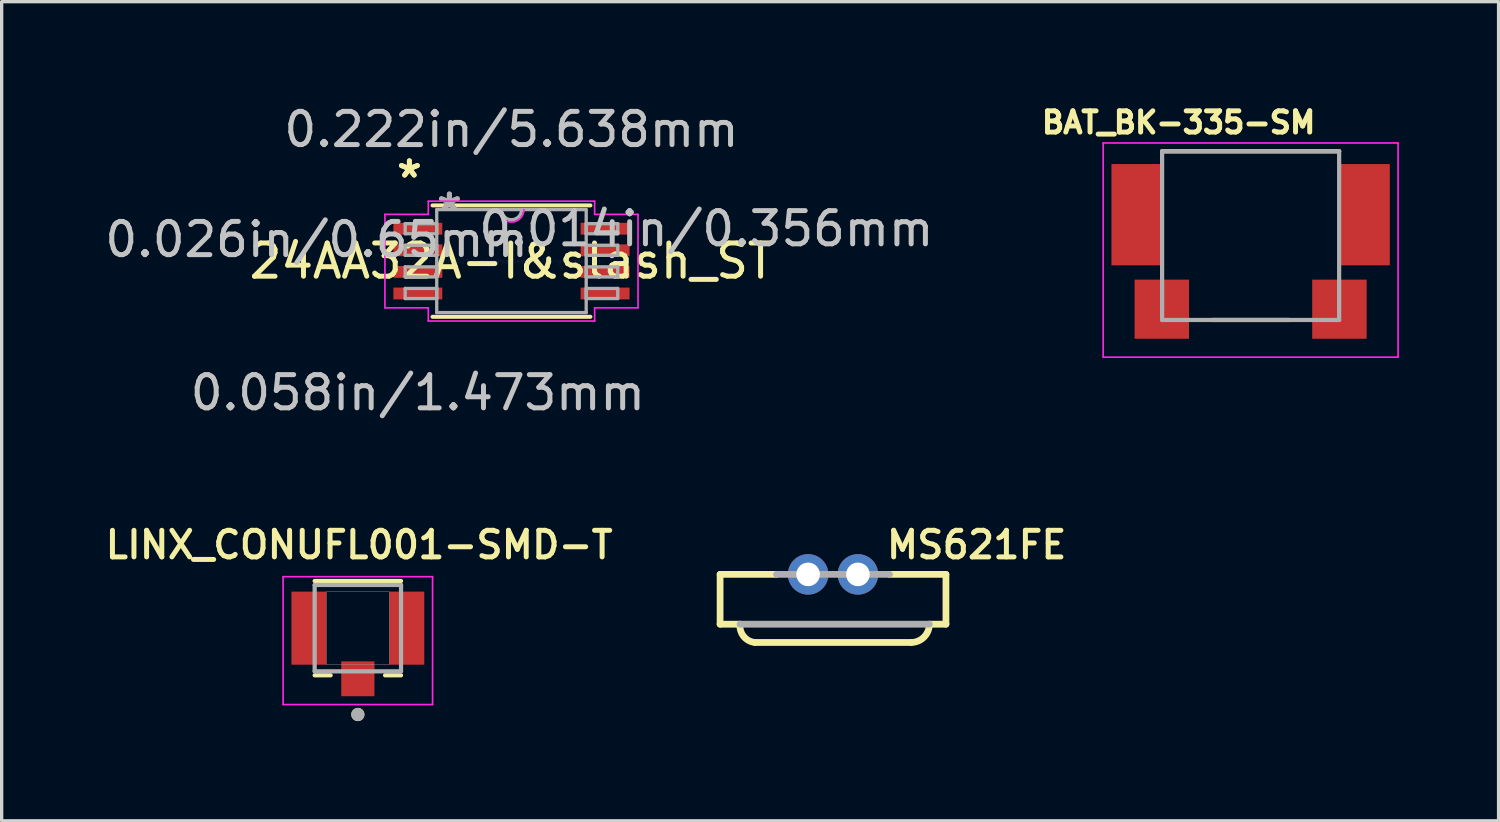
<source format=kicad_pcb>
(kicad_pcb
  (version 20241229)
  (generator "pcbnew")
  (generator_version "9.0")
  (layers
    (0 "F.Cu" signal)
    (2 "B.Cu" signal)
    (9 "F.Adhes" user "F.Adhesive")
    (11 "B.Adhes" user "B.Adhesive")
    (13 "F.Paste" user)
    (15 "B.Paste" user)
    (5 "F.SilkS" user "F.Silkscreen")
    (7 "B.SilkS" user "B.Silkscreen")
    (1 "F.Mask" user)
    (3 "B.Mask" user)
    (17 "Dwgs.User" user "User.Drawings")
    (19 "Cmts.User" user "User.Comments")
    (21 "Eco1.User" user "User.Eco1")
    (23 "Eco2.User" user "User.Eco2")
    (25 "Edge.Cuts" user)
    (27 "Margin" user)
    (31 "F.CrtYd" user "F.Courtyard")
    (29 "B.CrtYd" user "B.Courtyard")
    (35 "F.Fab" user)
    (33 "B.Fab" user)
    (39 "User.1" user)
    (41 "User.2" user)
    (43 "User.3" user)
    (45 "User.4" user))
  (footprint "LINX_CONUFL001-SMD-T"
    (layer "F.Cu")
    (at 7.724 15.862)
    (property "Reference" "LINX_CONUFL001-SMD-T" (at 0.04 -2.508 0) (layer "F.SilkS") (effects (font (size 0.8 0.8) (thickness 0.15))))
    (attr through_hole)
    (fp_line (start -1.3 -1.42) (end 1.3 -1.42) (stroke (width 0.127) (type solid)) (layer "F.SilkS"))
    (fp_line (start -0.82 1.42) (end -1.3 1.42) (stroke (width 0.127) (type solid)) (layer "F.SilkS"))
    (fp_line (start 0.82 1.42) (end 1.3 1.42) (stroke (width 0.127) (type solid)) (layer "F.SilkS"))
    (fp_circle (center 0 2.6) (end 0.1 2.6) (stroke (width 0.2) (type solid)) (fill no) (layer "F.SilkS"))
    (fp_line (start -2.25 -1.55) (end 2.25 -1.55) (stroke (width 0.05) (type solid)) (layer "F.CrtYd"))
    (fp_line (start -2.25 2.3) (end -2.25 -1.55) (stroke (width 0.05) (type solid)) (layer "F.CrtYd"))
    (fp_line (start 2.25 -1.55) (end 2.25 2.3) (stroke (width 0.05) (type solid)) (layer "F.CrtYd"))
    (fp_line (start 2.25 2.3) (end -2.25 2.3) (stroke (width 0.05) (type solid)) (layer "F.CrtYd"))
    (fp_line (start -1.3 -1.3) (end 1.3 -1.3) (stroke (width 0.127) (type solid)) (layer "F.Fab"))
    (fp_line (start -1.3 1.3) (end -1.3 -1.3) (stroke (width 0.127) (type solid)) (layer "F.Fab"))
    (fp_line (start 1.3 -1.3) (end 1.3 1.3) (stroke (width 0.127) (type solid)) (layer "F.Fab"))
    (fp_line (start 1.3 1.3) (end -1.3 1.3) (stroke (width 0.127) (type solid)) (layer "F.Fab"))
    (fp_circle (center 0 2.6) (end 0.1 2.6) (stroke (width 0.2) (type solid)) (fill no) (layer "F.Fab"))
    (fp_poly (pts (xy -0.95 -1.1) (xy 0.95 -1.1) (xy 0.95 1.1) (xy -0.95 1.1)) (stroke (width 0.01) (type solid)) (fill no) (layer "F.Fab"))
    (pad "1" smd rect (at 0 1.525) (size 1 1.05) (layers "F.Cu" "F.Mask" "F.Paste"))
    (pad "2" smd rect (at -1.475 0) (size 1.05 2.2) (layers "F.Cu" "F.Mask" "F.Paste"))
    (pad "3" smd rect (at 1.475 0) (size 1.05 2.2) (layers "F.Cu" "F.Mask" "F.Paste")))
  (footprint "24AA32A-I&slash_ST"
    (layer "F.Cu")
    (at 12.349 4.811)
    (property "Reference" "24AA32A-I&slash_ST" (at 0 0 0) (layer "F.SilkS") (effects (font (size 1 1) (thickness 0.15))))
    (attr through_hole)
    (fp_line (start -2.377 1.677) (end 2.377 1.677) (stroke (width 0.12) (type solid)) (layer "F.SilkS"))
    (fp_line (start 2.377 -1.677) (end -2.377 -1.677) (stroke (width 0.12) (type solid)) (layer "F.SilkS"))
    (fp_line (start -3.81 -1.407) (end -2.504 -1.407) (stroke (width 0.05) (type solid)) (layer "F.CrtYd"))
    (fp_line (start -3.81 1.407) (end -3.81 -1.407) (stroke (width 0.05) (type solid)) (layer "F.CrtYd"))
    (fp_line (start -2.504 -1.804) (end 2.504 -1.804) (stroke (width 0.05) (type solid)) (layer "F.CrtYd"))
    (fp_line (start -2.504 -1.407) (end -2.504 -1.804) (stroke (width 0.05) (type solid)) (layer "F.CrtYd"))
    (fp_line (start -2.504 1.407) (end -3.81 1.407) (stroke (width 0.05) (type solid)) (layer "F.CrtYd"))
    (fp_line (start -2.504 1.804) (end -2.504 1.407) (stroke (width 0.05) (type solid)) (layer "F.CrtYd"))
    (fp_line (start 2.504 -1.804) (end 2.504 -1.407) (stroke (width 0.05) (type solid)) (layer "F.CrtYd"))
    (fp_line (start 2.504 -1.407) (end 3.81 -1.407) (stroke (width 0.05) (type solid)) (layer "F.CrtYd"))
    (fp_line (start 2.504 1.407) (end 2.504 1.804) (stroke (width 0.05) (type solid)) (layer "F.CrtYd"))
    (fp_line (start 2.504 1.804) (end -2.504 1.804) (stroke (width 0.05) (type solid)) (layer "F.CrtYd"))
    (fp_line (start 3.81 -1.407) (end 3.81 1.407) (stroke (width 0.05) (type solid)) (layer "F.CrtYd"))
    (fp_line (start 3.81 1.407) (end 2.504 1.407) (stroke (width 0.05) (type solid)) (layer "F.CrtYd"))
    (fp_arc (start 0.375 -1.549998) (mid -0.000001 -1.174999) (end -0.375 -1.55) (stroke (width 0.05) (type solid)) (layer "F.CrtYd"))
    (fp_line (start -3.2 -1.127) (end -3.2 -0.823) (stroke (width 0.1) (type solid)) (layer "F.Fab"))
    (fp_line (start -3.2 -0.823) (end -2.25 -0.823) (stroke (width 0.1) (type solid)) (layer "F.Fab"))
    (fp_line (start -3.2 -0.477) (end -3.2 -0.173) (stroke (width 0.1) (type solid)) (layer "F.Fab"))
    (fp_line (start -3.2 -0.173) (end -2.25 -0.173) (stroke (width 0.1) (type solid)) (layer "F.Fab"))
    (fp_line (start -3.2 0.173) (end -3.2 0.477) (stroke (width 0.1) (type solid)) (layer "F.Fab"))
    (fp_line (start -3.2 0.477) (end -2.25 0.477) (stroke (width 0.1) (type solid)) (layer "F.Fab"))
    (fp_line (start -3.2 0.823) (end -3.2 1.127) (stroke (width 0.1) (type solid)) (layer "F.Fab"))
    (fp_line (start -3.2 1.127) (end -2.25 1.127) (stroke (width 0.1) (type solid)) (layer "F.Fab"))
    (fp_line (start -2.25 -1.55) (end -2.25 1.55) (stroke (width 0.1) (type solid)) (layer "F.Fab"))
    (fp_line (start -2.25 -1.127) (end -3.2 -1.127) (stroke (width 0.1) (type solid)) (layer "F.Fab"))
    (fp_line (start -2.25 -0.823) (end -2.25 -1.127) (stroke (width 0.1) (type solid)) (layer "F.Fab"))
    (fp_line (start -2.25 -0.477) (end -3.2 -0.477) (stroke (width 0.1) (type solid)) (layer "F.Fab"))
    (fp_line (start -2.25 -0.173) (end -2.25 -0.477) (stroke (width 0.1) (type solid)) (layer "F.Fab"))
    (fp_line (start -2.25 0.173) (end -3.2 0.173) (stroke (width 0.1) (type solid)) (layer "F.Fab"))
    (fp_line (start -2.25 0.477) (end -2.25 0.173) (stroke (width 0.1) (type solid)) (layer "F.Fab"))
    (fp_line (start -2.25 0.823) (end -3.2 0.823) (stroke (width 0.1) (type solid)) (layer "F.Fab"))
    (fp_line (start -2.25 1.127) (end -2.25 0.823) (stroke (width 0.1) (type solid)) (layer "F.Fab"))
    (fp_line (start -2.25 1.55) (end 2.25 1.55) (stroke (width 0.1) (type solid)) (layer "F.Fab"))
    (fp_line (start 2.25 -1.55) (end -2.25 -1.55) (stroke (width 0.1) (type solid)) (layer "F.Fab"))
    (fp_line (start 2.25 -1.127) (end 2.25 -0.823) (stroke (width 0.1) (type solid)) (layer "F.Fab"))
    (fp_line (start 2.25 -0.823) (end 3.2 -0.823) (stroke (width 0.1) (type solid)) (layer "F.Fab"))
    (fp_line (start 2.25 -0.477) (end 2.25 -0.173) (stroke (width 0.1) (type solid)) (layer "F.Fab"))
    (fp_line (start 2.25 -0.173) (end 3.2 -0.173) (stroke (width 0.1) (type solid)) (layer "F.Fab"))
    (fp_line (start 2.25 0.173) (end 2.25 0.477) (stroke (width 0.1) (type solid)) (layer "F.Fab"))
    (fp_line (start 2.25 0.477) (end 3.2 0.477) (stroke (width 0.1) (type solid)) (layer "F.Fab"))
    (fp_line (start 2.25 0.823) (end 2.25 1.127) (stroke (width 0.1) (type solid)) (layer "F.Fab"))
    (fp_line (start 2.25 1.127) (end 3.2 1.127) (stroke (width 0.1) (type solid)) (layer "F.Fab"))
    (fp_line (start 2.25 1.55) (end 2.25 -1.55) (stroke (width 0.1) (type solid)) (layer "F.Fab"))
    (fp_line (start 3.2 -1.127) (end 2.25 -1.127) (stroke (width 0.1) (type solid)) (layer "F.Fab"))
    (fp_line (start 3.2 -0.823) (end 3.2 -1.127) (stroke (width 0.1) (type solid)) (layer "F.Fab"))
    (fp_line (start 3.2 -0.477) (end 2.25 -0.477) (stroke (width 0.1) (type solid)) (layer "F.Fab"))
    (fp_line (start 3.2 -0.173) (end 3.2 -0.477) (stroke (width 0.1) (type solid)) (layer "F.Fab"))
    (fp_line (start 3.2 0.173) (end 2.25 0.173) (stroke (width 0.1) (type solid)) (layer "F.Fab"))
    (fp_line (start 3.2 0.477) (end 3.2 0.173) (stroke (width 0.1) (type solid)) (layer "F.Fab"))
    (fp_line (start 3.2 0.823) (end 2.25 0.823) (stroke (width 0.1) (type solid)) (layer "F.Fab"))
    (fp_line (start 3.2 1.127) (end 3.2 0.823) (stroke (width 0.1) (type solid)) (layer "F.Fab"))
    (fp_arc (start 0.3048 -1.549998) (mid -0.000001 -1.245199) (end -0.3048 -1.55) (stroke (width 0.1) (type solid)) (layer "F.Fab"))
    (fp_text user "*" (at -3.073 -2.474 0) (layer "F.SilkS") (effects (font (size 1 1) (thickness 0.15))))
    (fp_text user "*" (at -3.073 -2.474 0) (layer "F.SilkS") (effects (font (size 1 1) (thickness 0.15))))
    (fp_text user "0.014in/0.356mm" (at 5.867 -0.975 0) (layer "Dwgs.User") (effects (font (size 1 1) (thickness 0.15))))
    (fp_text user "0.222in/5.638mm" (at 0 -3.963 0) (layer "Dwgs.User") (effects (font (size 1 1) (thickness 0.15))))
    (fp_text user "0.058in/1.473mm" (at -2.819 3.963 0) (layer "Dwgs.User") (effects (font (size 1 1) (thickness 0.15))))
    (fp_text user "0.026in/0.65mm" (at -5.867 -0.65 0) (layer "Dwgs.User") (effects (font (size 1 1) (thickness 0.15))))
    (fp_text user "Copyright 2021 Accelerated Designs. All rights reserved." (at 0 0 0) (layer "Cmts.User") (effects (font (size 0.127 0.127) (thickness 0.002))))
    (fp_text user "*" (at -1.869 -1.474 0) (layer "F.Fab") (effects (font (size 1 1) (thickness 0.15))))
    (fp_text user "*" (at -1.869 -1.474 0) (layer "F.Fab") (effects (font (size 1 1) (thickness 0.15))))
    (pad "1" smd rect (at -2.819 -0.975) (size 1.473 0.356) (layers "F.Cu" "F.Mask" "F.Paste"))
    (pad "2" smd rect (at -2.819 -0.325) (size 1.473 0.356) (layers "F.Cu" "F.Mask" "F.Paste"))
    (pad "3" smd rect (at -2.819 0.325) (size 1.473 0.356) (layers "F.Cu" "F.Mask" "F.Paste"))
    (pad "4" smd rect (at -2.819 0.975) (size 1.473 0.356) (layers "F.Cu" "F.Mask" "F.Paste"))
    (pad "5" smd rect (at 2.819 0.975) (size 1.473 0.356) (layers "F.Cu" "F.Mask" "F.Paste"))
    (pad "6" smd rect (at 2.819 0.325) (size 1.473 0.356) (layers "F.Cu" "F.Mask" "F.Paste"))
    (pad "7" smd rect (at 2.819 -0.325) (size 1.473 0.356) (layers "F.Cu" "F.Mask" "F.Paste"))
    (pad "8" smd rect (at 2.819 -0.975) (size 1.473 0.356) (layers "F.Cu" "F.Mask" "F.Paste")))
  (footprint "MS621FE"
    (layer "F.Cu")
    (at 22.03 15.643)
    (property "Reference" "MS621FE" (at 4.324 -2.289 0) (layer "F.SilkS") (effects (font (size 0.801 0.801) (thickness 0.15))))
    (attr through_hole)
    (fp_line (start -3.4 -1.4) (end -1.7 -1.4) (stroke (width 0.203) (type solid)) (layer "F.SilkS"))
    (fp_line (start -3.4 0.1) (end -3.4 -1.4) (stroke (width 0.203) (type solid)) (layer "F.SilkS"))
    (fp_line (start -2.8 0.1) (end -3.4 0.1) (stroke (width 0.203) (type solid)) (layer "F.SilkS"))
    (fp_line (start 1.7 -1.4) (end 3.4 -1.4) (stroke (width 0.203) (type solid)) (layer "F.SilkS"))
    (fp_line (start 2.35 0.65) (end -2.35 0.65) (stroke (width 0.203) (type solid)) (layer "F.SilkS"))
    (fp_line (start 3.4 -1.4) (end 3.4 0.1) (stroke (width 0.203) (type solid)) (layer "F.SilkS"))
    (fp_line (start 3.4 0.1) (end 2.9 0.1) (stroke (width 0.203) (type solid)) (layer "F.SilkS"))
    (fp_arc (start -2.35 0.65) (mid -2.688909 0.468198) (end -2.8 0.1) (stroke (width 0.2032) (type solid)) (layer "F.SilkS"))
    (fp_arc (start 2.9 0.1) (mid 2.738909 0.488909) (end 2.35 0.65) (stroke (width 0.2032) (type solid)) (layer "F.SilkS"))
    (fp_line (start -2.8 0.1) (end 2.9 0.1) (stroke (width 0.203) (type solid)) (layer "F.Fab"))
    (fp_line (start 1.7 -1.4) (end -1.7 -1.4) (stroke (width 0.203) (type solid)) (layer "F.Fab"))
    (pad "+" thru_hole circle (at 0.75 -1.4) (size 1.219 1.219) (drill 0.711) (layers "*.Cu" "*.Mask"))
    (pad "-" thru_hole circle (at -0.75 -1.4) (size 1.219 1.219) (drill 0.711) (layers "*.Cu" "*.Mask")))
  (footprint "BAT_BK-335-SM"
    (layer "F.Cu")
    (at 34.603 4.044)
    (property "Reference" "BAT_BK-335-SM" (at -2.168 -3.406 0) (layer "F.SilkS") (effects (font (size 0.64 0.64) (thickness 0.15))))
    (attr through_hole)
    (fp_line (start -2.665 -2.54) (end 2.665 -2.54) (stroke (width 0.127) (type solid)) (layer "F.SilkS"))
    (fp_line (start 1.16 2.54) (end -1.16 2.54) (stroke (width 0.127) (type solid)) (layer "F.SilkS"))
    (fp_line (start -4.44 -2.79) (end 4.44 -2.79) (stroke (width 0.05) (type solid)) (layer "F.CrtYd"))
    (fp_line (start -4.44 3.66) (end -4.44 -2.79) (stroke (width 0.05) (type solid)) (layer "F.CrtYd"))
    (fp_line (start 4.44 -2.79) (end 4.44 3.66) (stroke (width 0.05) (type solid)) (layer "F.CrtYd"))
    (fp_line (start 4.44 3.66) (end -4.44 3.66) (stroke (width 0.05) (type solid)) (layer "F.CrtYd"))
    (fp_line (start -2.665 -2.54) (end 2.665 -2.54) (stroke (width 0.127) (type solid)) (layer "F.Fab"))
    (fp_line (start -2.665 2.54) (end -2.665 -2.54) (stroke (width 0.127) (type solid)) (layer "F.Fab"))
    (fp_line (start 2.665 -2.54) (end 2.665 2.54) (stroke (width 0.127) (type solid)) (layer "F.Fab"))
    (fp_line (start 2.665 2.54) (end -2.665 2.54) (stroke (width 0.127) (type solid)) (layer "F.Fab"))
    (pad "1+" smd rect (at -3.43 -0.63) (size 1.52 3.05) (layers "F.Cu" "F.Mask" "F.Paste"))
    (pad "2+" smd rect (at 3.43 -0.63) (size 1.52 3.05) (layers "F.Cu" "F.Mask" "F.Paste"))
    (pad "3+" smd rect (at -2.674 2.215) (size 1.64 1.78) (layers "F.Cu" "F.Mask" "F.Paste"))
    (pad "4+" smd rect (at 2.674 2.215) (size 1.64 1.78) (layers "F.Cu" "F.Mask" "F.Paste")))
  (gr_rect
    (start -3 -3)
    (end 42.068 21.662)
    (stroke (width 0.1) (type default))
    (fill no)
    (layer "Edge.Cuts")))
</source>
